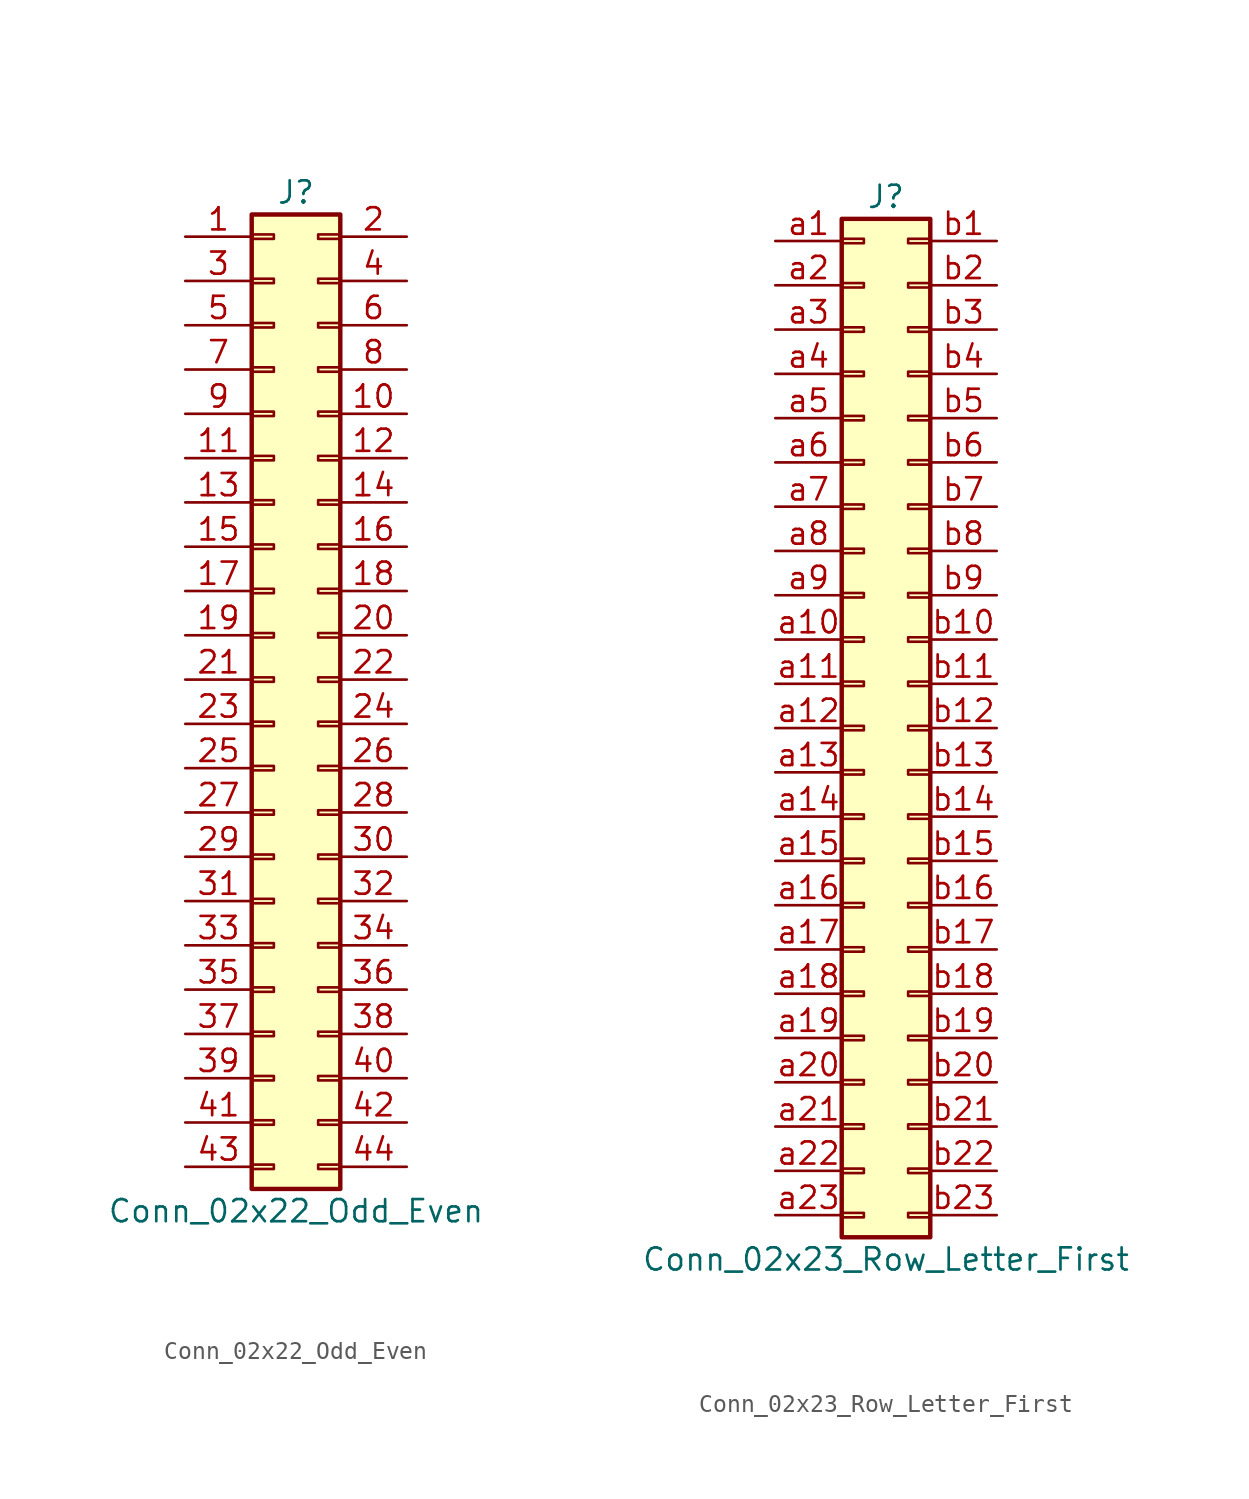
<source format=kicad_sym>
(kicad_symbol_lib
  (version 20201005)
  (generator kicad_symbol_editor)
  (symbol "Connector_Generic:Conn_02x22_Odd_Even"
    (pin_names
      (offset 1.016) hide)
    (property "Reference" "J"
      (at 1.27 27.94 0)
      (effects (font (size 1.27 1.27))))
    (property "Value" "Conn_02x22_Odd_Even"
      (at 1.27 -30.48 0)
      (effects (font (size 1.27 1.27))))
    (symbol "Conn_02x22_Odd_Even_1_1"
      (rectangle (start -1.27 -27.813) (end 0 -28.067) (stroke (width 0.152)) (fill (type none)))
      (rectangle (start -1.27 -4.953) (end 0 -5.207) (stroke (width 0.152)) (fill (type none)))
      (rectangle (start -1.27 -7.493) (end 0 -7.747) (stroke (width 0.152)) (fill (type none)))
      (rectangle (start -1.27 -10.033) (end 0 -10.287) (stroke (width 0.152)) (fill (type none)))
      (rectangle (start -1.27 -12.573) (end 0 -12.827) (stroke (width 0.152)) (fill (type none)))
      (rectangle (start -1.27 -15.113) (end 0 -15.367) (stroke (width 0.152)) (fill (type none)))
      (rectangle (start -1.27 -17.653) (end 0 -17.907) (stroke (width 0.152)) (fill (type none)))
      (rectangle (start -1.27 -20.193) (end 0 -20.447) (stroke (width 0.152)) (fill (type none)))
      (rectangle (start -1.27 -22.733) (end 0 -22.987) (stroke (width 0.152)) (fill (type none)))
      (rectangle (start -1.27 -2.413) (end 0 -2.667) (stroke (width 0.152)) (fill (type none)))
      (rectangle (start -1.27 -25.273) (end 0 -25.527) (stroke (width 0.152)) (fill (type none)))
      (rectangle (start -1.27 25.527) (end 0 25.273) (stroke (width 0.152)) (fill (type none)))
      (rectangle (start -1.27 2.667) (end 0 2.413) (stroke (width 0.152)) (fill (type none)))
      (rectangle (start -1.27 26.67) (end 3.81 -29.21) (stroke (width 0.254)) (fill (type background)))
      (rectangle (start -1.27 5.207) (end 0 4.953) (stroke (width 0.152)) (fill (type none)))
      (rectangle (start -1.27 7.747) (end 0 7.493) (stroke (width 0.152)) (fill (type none)))
      (rectangle (start -1.27 10.287) (end 0 10.033) (stroke (width 0.152)) (fill (type none)))
      (rectangle (start -1.27 0.127) (end 0 -0.127) (stroke (width 0.152)) (fill (type none)))
      (rectangle (start -1.27 12.827) (end 0 12.573) (stroke (width 0.152)) (fill (type none)))
      (rectangle (start -1.27 15.367) (end 0 15.113) (stroke (width 0.152)) (fill (type none)))
      (rectangle (start -1.27 17.907) (end 0 17.653) (stroke (width 0.152)) (fill (type none)))
      (rectangle (start -1.27 20.447) (end 0 20.193) (stroke (width 0.152)) (fill (type none)))
      (rectangle (start -1.27 22.987) (end 0 22.733) (stroke (width 0.152)) (fill (type none)))
      (rectangle (start 3.81 -27.813) (end 2.54 -28.067) (stroke (width 0.152)) (fill (type none)))
      (rectangle (start 3.81 -4.953) (end 2.54 -5.207) (stroke (width 0.152)) (fill (type none)))
      (rectangle (start 3.81 -7.493) (end 2.54 -7.747) (stroke (width 0.152)) (fill (type none)))
      (rectangle (start 3.81 -10.033) (end 2.54 -10.287) (stroke (width 0.152)) (fill (type none)))
      (rectangle (start 3.81 -12.573) (end 2.54 -12.827) (stroke (width 0.152)) (fill (type none)))
      (rectangle (start 3.81 -15.113) (end 2.54 -15.367) (stroke (width 0.152)) (fill (type none)))
      (rectangle (start 3.81 -17.653) (end 2.54 -17.907) (stroke (width 0.152)) (fill (type none)))
      (rectangle (start 3.81 -20.193) (end 2.54 -20.447) (stroke (width 0.152)) (fill (type none)))
      (rectangle (start 3.81 -22.733) (end 2.54 -22.987) (stroke (width 0.152)) (fill (type none)))
      (rectangle (start 3.81 -2.413) (end 2.54 -2.667) (stroke (width 0.152)) (fill (type none)))
      (rectangle (start 3.81 -25.273) (end 2.54 -25.527) (stroke (width 0.152)) (fill (type none)))
      (rectangle (start 3.81 25.527) (end 2.54 25.273) (stroke (width 0.152)) (fill (type none)))
      (rectangle (start 3.81 2.667) (end 2.54 2.413) (stroke (width 0.152)) (fill (type none)))
      (rectangle (start 3.81 5.207) (end 2.54 4.953) (stroke (width 0.152)) (fill (type none)))
      (rectangle (start 3.81 7.747) (end 2.54 7.493) (stroke (width 0.152)) (fill (type none)))
      (rectangle (start 3.81 10.287) (end 2.54 10.033) (stroke (width 0.152)) (fill (type none)))
      (rectangle (start 3.81 0.127) (end 2.54 -0.127) (stroke (width 0.152)) (fill (type none)))
      (rectangle (start 3.81 12.827) (end 2.54 12.573) (stroke (width 0.152)) (fill (type none)))
      (rectangle (start 3.81 15.367) (end 2.54 15.113) (stroke (width 0.152)) (fill (type none)))
      (rectangle (start 3.81 17.907) (end 2.54 17.653) (stroke (width 0.152)) (fill (type none)))
      (rectangle (start 3.81 20.447) (end 2.54 20.193) (stroke (width 0.152)) (fill (type none)))
      (rectangle (start 3.81 22.987) (end 2.54 22.733) (stroke (width 0.152)) (fill (type none)))
      (pin passive line (at -5.08 25.4 0) (length 3.81) (name "Pin_1" (effects (font (size 1.27 1.27)))) (number "1" (effects (font (size 1.27 1.27)))))
      (pin passive line (at 7.62 15.24 180) (length 3.81) (name "Pin_10" (effects (font (size 1.27 1.27)))) (number "10" (effects (font (size 1.27 1.27)))))
      (pin passive line (at -5.08 12.7 0) (length 3.81) (name "Pin_11" (effects (font (size 1.27 1.27)))) (number "11" (effects (font (size 1.27 1.27)))))
      (pin passive line (at 7.62 12.7 180) (length 3.81) (name "Pin_12" (effects (font (size 1.27 1.27)))) (number "12" (effects (font (size 1.27 1.27)))))
      (pin passive line (at -5.08 10.16 0) (length 3.81) (name "Pin_13" (effects (font (size 1.27 1.27)))) (number "13" (effects (font (size 1.27 1.27)))))
      (pin passive line (at 7.62 10.16 180) (length 3.81) (name "Pin_14" (effects (font (size 1.27 1.27)))) (number "14" (effects (font (size 1.27 1.27)))))
      (pin passive line (at -5.08 7.62 0) (length 3.81) (name "Pin_15" (effects (font (size 1.27 1.27)))) (number "15" (effects (font (size 1.27 1.27)))))
      (pin passive line (at 7.62 7.62 180) (length 3.81) (name "Pin_16" (effects (font (size 1.27 1.27)))) (number "16" (effects (font (size 1.27 1.27)))))
      (pin passive line (at -5.08 5.08 0) (length 3.81) (name "Pin_17" (effects (font (size 1.27 1.27)))) (number "17" (effects (font (size 1.27 1.27)))))
      (pin passive line (at 7.62 5.08 180) (length 3.81) (name "Pin_18" (effects (font (size 1.27 1.27)))) (number "18" (effects (font (size 1.27 1.27)))))
      (pin passive line (at -5.08 2.54 0) (length 3.81) (name "Pin_19" (effects (font (size 1.27 1.27)))) (number "19" (effects (font (size 1.27 1.27)))))
      (pin passive line (at 7.62 25.4 180) (length 3.81) (name "Pin_2" (effects (font (size 1.27 1.27)))) (number "2" (effects (font (size 1.27 1.27)))))
      (pin passive line (at 7.62 2.54 180) (length 3.81) (name "Pin_20" (effects (font (size 1.27 1.27)))) (number "20" (effects (font (size 1.27 1.27)))))
      (pin passive line (at -5.08 0 0) (length 3.81) (name "Pin_21" (effects (font (size 1.27 1.27)))) (number "21" (effects (font (size 1.27 1.27)))))
      (pin passive line (at 7.62 0 180) (length 3.81) (name "Pin_22" (effects (font (size 1.27 1.27)))) (number "22" (effects (font (size 1.27 1.27)))))
      (pin passive line (at -5.08 -2.54 0) (length 3.81) (name "Pin_23" (effects (font (size 1.27 1.27)))) (number "23" (effects (font (size 1.27 1.27)))))
      (pin passive line (at 7.62 -2.54 180) (length 3.81) (name "Pin_24" (effects (font (size 1.27 1.27)))) (number "24" (effects (font (size 1.27 1.27)))))
      (pin passive line (at -5.08 -5.08 0) (length 3.81) (name "Pin_25" (effects (font (size 1.27 1.27)))) (number "25" (effects (font (size 1.27 1.27)))))
      (pin passive line (at 7.62 -5.08 180) (length 3.81) (name "Pin_26" (effects (font (size 1.27 1.27)))) (number "26" (effects (font (size 1.27 1.27)))))
      (pin passive line (at -5.08 -7.62 0) (length 3.81) (name "Pin_27" (effects (font (size 1.27 1.27)))) (number "27" (effects (font (size 1.27 1.27)))))
      (pin passive line (at 7.62 -7.62 180) (length 3.81) (name "Pin_28" (effects (font (size 1.27 1.27)))) (number "28" (effects (font (size 1.27 1.27)))))
      (pin passive line (at -5.08 -10.16 0) (length 3.81) (name "Pin_29" (effects (font (size 1.27 1.27)))) (number "29" (effects (font (size 1.27 1.27)))))
      (pin passive line (at -5.08 22.86 0) (length 3.81) (name "Pin_3" (effects (font (size 1.27 1.27)))) (number "3" (effects (font (size 1.27 1.27)))))
      (pin passive line (at 7.62 -10.16 180) (length 3.81) (name "Pin_30" (effects (font (size 1.27 1.27)))) (number "30" (effects (font (size 1.27 1.27)))))
      (pin passive line (at -5.08 -12.7 0) (length 3.81) (name "Pin_31" (effects (font (size 1.27 1.27)))) (number "31" (effects (font (size 1.27 1.27)))))
      (pin passive line (at 7.62 -12.7 180) (length 3.81) (name "Pin_32" (effects (font (size 1.27 1.27)))) (number "32" (effects (font (size 1.27 1.27)))))
      (pin passive line (at -5.08 -15.24 0) (length 3.81) (name "Pin_33" (effects (font (size 1.27 1.27)))) (number "33" (effects (font (size 1.27 1.27)))))
      (pin passive line (at 7.62 -15.24 180) (length 3.81) (name "Pin_34" (effects (font (size 1.27 1.27)))) (number "34" (effects (font (size 1.27 1.27)))))
      (pin passive line (at -5.08 -17.78 0) (length 3.81) (name "Pin_35" (effects (font (size 1.27 1.27)))) (number "35" (effects (font (size 1.27 1.27)))))
      (pin passive line (at 7.62 -17.78 180) (length 3.81) (name "Pin_36" (effects (font (size 1.27 1.27)))) (number "36" (effects (font (size 1.27 1.27)))))
      (pin passive line (at -5.08 -20.32 0) (length 3.81) (name "Pin_37" (effects (font (size 1.27 1.27)))) (number "37" (effects (font (size 1.27 1.27)))))
      (pin passive line (at 7.62 -20.32 180) (length 3.81) (name "Pin_38" (effects (font (size 1.27 1.27)))) (number "38" (effects (font (size 1.27 1.27)))))
      (pin passive line (at -5.08 -22.86 0) (length 3.81) (name "Pin_39" (effects (font (size 1.27 1.27)))) (number "39" (effects (font (size 1.27 1.27)))))
      (pin passive line (at 7.62 22.86 180) (length 3.81) (name "Pin_4" (effects (font (size 1.27 1.27)))) (number "4" (effects (font (size 1.27 1.27)))))
      (pin passive line (at 7.62 -22.86 180) (length 3.81) (name "Pin_40" (effects (font (size 1.27 1.27)))) (number "40" (effects (font (size 1.27 1.27)))))
      (pin passive line (at -5.08 -25.4 0) (length 3.81) (name "Pin_41" (effects (font (size 1.27 1.27)))) (number "41" (effects (font (size 1.27 1.27)))))
      (pin passive line (at 7.62 -25.4 180) (length 3.81) (name "Pin_42" (effects (font (size 1.27 1.27)))) (number "42" (effects (font (size 1.27 1.27)))))
      (pin passive line (at -5.08 -27.94 0) (length 3.81) (name "Pin_43" (effects (font (size 1.27 1.27)))) (number "43" (effects (font (size 1.27 1.27)))))
      (pin passive line (at 7.62 -27.94 180) (length 3.81) (name "Pin_44" (effects (font (size 1.27 1.27)))) (number "44" (effects (font (size 1.27 1.27)))))
      (pin passive line (at -5.08 20.32 0) (length 3.81) (name "Pin_5" (effects (font (size 1.27 1.27)))) (number "5" (effects (font (size 1.27 1.27)))))
      (pin passive line (at 7.62 20.32 180) (length 3.81) (name "Pin_6" (effects (font (size 1.27 1.27)))) (number "6" (effects (font (size 1.27 1.27)))))
      (pin passive line (at -5.08 17.78 0) (length 3.81) (name "Pin_7" (effects (font (size 1.27 1.27)))) (number "7" (effects (font (size 1.27 1.27)))))
      (pin passive line (at 7.62 17.78 180) (length 3.81) (name "Pin_8" (effects (font (size 1.27 1.27)))) (number "8" (effects (font (size 1.27 1.27)))))
      (pin passive line (at -5.08 15.24 0) (length 3.81) (name "Pin_9" (effects (font (size 1.27 1.27)))) (number "9" (effects (font (size 1.27 1.27)))))))
  (symbol "Connector_Generic:Conn_02x23_Row_Letter_First"
    (pin_names
      (offset 1.016) hide)
    (property "Reference" "J"
      (at 1.27 30.48 0)
      (effects (font (size 1.27 1.27))))
    (property "Value" "Conn_02x23_Row_Letter_First"
      (at 1.27 -30.48 0)
      (effects (font (size 1.27 1.27))))
    (symbol "Conn_02x23_Row_Letter_First_1_1"
      (rectangle (start -1.27 -27.813) (end 0 -28.067) (stroke (width 0.152)) (fill (type none)))
      (rectangle (start -1.27 -4.953) (end 0 -5.207) (stroke (width 0.152)) (fill (type none)))
      (rectangle (start -1.27 -7.493) (end 0 -7.747) (stroke (width 0.152)) (fill (type none)))
      (rectangle (start -1.27 -10.033) (end 0 -10.287) (stroke (width 0.152)) (fill (type none)))
      (rectangle (start -1.27 -12.573) (end 0 -12.827) (stroke (width 0.152)) (fill (type none)))
      (rectangle (start -1.27 -15.113) (end 0 -15.367) (stroke (width 0.152)) (fill (type none)))
      (rectangle (start -1.27 -17.653) (end 0 -17.907) (stroke (width 0.152)) (fill (type none)))
      (rectangle (start -1.27 -20.193) (end 0 -20.447) (stroke (width 0.152)) (fill (type none)))
      (rectangle (start -1.27 -22.733) (end 0 -22.987) (stroke (width 0.152)) (fill (type none)))
      (rectangle (start -1.27 -2.413) (end 0 -2.667) (stroke (width 0.152)) (fill (type none)))
      (rectangle (start -1.27 -25.273) (end 0 -25.527) (stroke (width 0.152)) (fill (type none)))
      (rectangle (start -1.27 25.527) (end 0 25.273) (stroke (width 0.152)) (fill (type none)))
      (rectangle (start -1.27 2.667) (end 0 2.413) (stroke (width 0.152)) (fill (type none)))
      (rectangle (start -1.27 28.067) (end 0 27.813) (stroke (width 0.152)) (fill (type none)))
      (rectangle (start -1.27 29.21) (end 3.81 -29.21) (stroke (width 0.254)) (fill (type background)))
      (rectangle (start -1.27 5.207) (end 0 4.953) (stroke (width 0.152)) (fill (type none)))
      (rectangle (start -1.27 7.747) (end 0 7.493) (stroke (width 0.152)) (fill (type none)))
      (rectangle (start -1.27 10.287) (end 0 10.033) (stroke (width 0.152)) (fill (type none)))
      (rectangle (start -1.27 0.127) (end 0 -0.127) (stroke (width 0.152)) (fill (type none)))
      (rectangle (start -1.27 12.827) (end 0 12.573) (stroke (width 0.152)) (fill (type none)))
      (rectangle (start -1.27 15.367) (end 0 15.113) (stroke (width 0.152)) (fill (type none)))
      (rectangle (start -1.27 17.907) (end 0 17.653) (stroke (width 0.152)) (fill (type none)))
      (rectangle (start -1.27 20.447) (end 0 20.193) (stroke (width 0.152)) (fill (type none)))
      (rectangle (start -1.27 22.987) (end 0 22.733) (stroke (width 0.152)) (fill (type none)))
      (rectangle (start 3.81 -27.813) (end 2.54 -28.067) (stroke (width 0.152)) (fill (type none)))
      (rectangle (start 3.81 -4.953) (end 2.54 -5.207) (stroke (width 0.152)) (fill (type none)))
      (rectangle (start 3.81 -7.493) (end 2.54 -7.747) (stroke (width 0.152)) (fill (type none)))
      (rectangle (start 3.81 -10.033) (end 2.54 -10.287) (stroke (width 0.152)) (fill (type none)))
      (rectangle (start 3.81 -12.573) (end 2.54 -12.827) (stroke (width 0.152)) (fill (type none)))
      (rectangle (start 3.81 -15.113) (end 2.54 -15.367) (stroke (width 0.152)) (fill (type none)))
      (rectangle (start 3.81 -17.653) (end 2.54 -17.907) (stroke (width 0.152)) (fill (type none)))
      (rectangle (start 3.81 -20.193) (end 2.54 -20.447) (stroke (width 0.152)) (fill (type none)))
      (rectangle (start 3.81 -22.733) (end 2.54 -22.987) (stroke (width 0.152)) (fill (type none)))
      (rectangle (start 3.81 -2.413) (end 2.54 -2.667) (stroke (width 0.152)) (fill (type none)))
      (rectangle (start 3.81 -25.273) (end 2.54 -25.527) (stroke (width 0.152)) (fill (type none)))
      (rectangle (start 3.81 25.527) (end 2.54 25.273) (stroke (width 0.152)) (fill (type none)))
      (rectangle (start 3.81 2.667) (end 2.54 2.413) (stroke (width 0.152)) (fill (type none)))
      (rectangle (start 3.81 28.067) (end 2.54 27.813) (stroke (width 0.152)) (fill (type none)))
      (rectangle (start 3.81 5.207) (end 2.54 4.953) (stroke (width 0.152)) (fill (type none)))
      (rectangle (start 3.81 7.747) (end 2.54 7.493) (stroke (width 0.152)) (fill (type none)))
      (rectangle (start 3.81 10.287) (end 2.54 10.033) (stroke (width 0.152)) (fill (type none)))
      (rectangle (start 3.81 0.127) (end 2.54 -0.127) (stroke (width 0.152)) (fill (type none)))
      (rectangle (start 3.81 12.827) (end 2.54 12.573) (stroke (width 0.152)) (fill (type none)))
      (rectangle (start 3.81 15.367) (end 2.54 15.113) (stroke (width 0.152)) (fill (type none)))
      (rectangle (start 3.81 17.907) (end 2.54 17.653) (stroke (width 0.152)) (fill (type none)))
      (rectangle (start 3.81 20.447) (end 2.54 20.193) (stroke (width 0.152)) (fill (type none)))
      (rectangle (start 3.81 22.987) (end 2.54 22.733) (stroke (width 0.152)) (fill (type none)))
      (pin passive line (at -5.08 27.94 0) (length 3.81) (name "Pin_a1" (effects (font (size 1.27 1.27)))) (number "a1" (effects (font (size 1.27 1.27)))))
      (pin passive line (at -5.08 5.08 0) (length 3.81) (name "Pin_a10" (effects (font (size 1.27 1.27)))) (number "a10" (effects (font (size 1.27 1.27)))))
      (pin passive line (at -5.08 2.54 0) (length 3.81) (name "Pin_a11" (effects (font (size 1.27 1.27)))) (number "a11" (effects (font (size 1.27 1.27)))))
      (pin passive line (at -5.08 0 0) (length 3.81) (name "Pin_a12" (effects (font (size 1.27 1.27)))) (number "a12" (effects (font (size 1.27 1.27)))))
      (pin passive line (at -5.08 -2.54 0) (length 3.81) (name "Pin_a13" (effects (font (size 1.27 1.27)))) (number "a13" (effects (font (size 1.27 1.27)))))
      (pin passive line (at -5.08 -5.08 0) (length 3.81) (name "Pin_a14" (effects (font (size 1.27 1.27)))) (number "a14" (effects (font (size 1.27 1.27)))))
      (pin passive line (at -5.08 -7.62 0) (length 3.81) (name "Pin_a15" (effects (font (size 1.27 1.27)))) (number "a15" (effects (font (size 1.27 1.27)))))
      (pin passive line (at -5.08 -10.16 0) (length 3.81) (name "Pin_a16" (effects (font (size 1.27 1.27)))) (number "a16" (effects (font (size 1.27 1.27)))))
      (pin passive line (at -5.08 -12.7 0) (length 3.81) (name "Pin_a17" (effects (font (size 1.27 1.27)))) (number "a17" (effects (font (size 1.27 1.27)))))
      (pin passive line (at -5.08 -15.24 0) (length 3.81) (name "Pin_a18" (effects (font (size 1.27 1.27)))) (number "a18" (effects (font (size 1.27 1.27)))))
      (pin passive line (at -5.08 -17.78 0) (length 3.81) (name "Pin_a19" (effects (font (size 1.27 1.27)))) (number "a19" (effects (font (size 1.27 1.27)))))
      (pin passive line (at -5.08 25.4 0) (length 3.81) (name "Pin_a2" (effects (font (size 1.27 1.27)))) (number "a2" (effects (font (size 1.27 1.27)))))
      (pin passive line (at -5.08 -20.32 0) (length 3.81) (name "Pin_a20" (effects (font (size 1.27 1.27)))) (number "a20" (effects (font (size 1.27 1.27)))))
      (pin passive line (at -5.08 -22.86 0) (length 3.81) (name "Pin_a21" (effects (font (size 1.27 1.27)))) (number "a21" (effects (font (size 1.27 1.27)))))
      (pin passive line (at -5.08 -25.4 0) (length 3.81) (name "Pin_a22" (effects (font (size 1.27 1.27)))) (number "a22" (effects (font (size 1.27 1.27)))))
      (pin passive line (at -5.08 -27.94 0) (length 3.81) (name "Pin_a23" (effects (font (size 1.27 1.27)))) (number "a23" (effects (font (size 1.27 1.27)))))
      (pin passive line (at -5.08 22.86 0) (length 3.81) (name "Pin_a3" (effects (font (size 1.27 1.27)))) (number "a3" (effects (font (size 1.27 1.27)))))
      (pin passive line (at -5.08 20.32 0) (length 3.81) (name "Pin_a4" (effects (font (size 1.27 1.27)))) (number "a4" (effects (font (size 1.27 1.27)))))
      (pin passive line (at -5.08 17.78 0) (length 3.81) (name "Pin_a5" (effects (font (size 1.27 1.27)))) (number "a5" (effects (font (size 1.27 1.27)))))
      (pin passive line (at -5.08 15.24 0) (length 3.81) (name "Pin_a6" (effects (font (size 1.27 1.27)))) (number "a6" (effects (font (size 1.27 1.27)))))
      (pin passive line (at -5.08 12.7 0) (length 3.81) (name "Pin_a7" (effects (font (size 1.27 1.27)))) (number "a7" (effects (font (size 1.27 1.27)))))
      (pin passive line (at -5.08 10.16 0) (length 3.81) (name "Pin_a8" (effects (font (size 1.27 1.27)))) (number "a8" (effects (font (size 1.27 1.27)))))
      (pin passive line (at -5.08 7.62 0) (length 3.81) (name "Pin_a9" (effects (font (size 1.27 1.27)))) (number "a9" (effects (font (size 1.27 1.27)))))
      (pin passive line (at 7.62 27.94 180) (length 3.81) (name "Pin_b1" (effects (font (size 1.27 1.27)))) (number "b1" (effects (font (size 1.27 1.27)))))
      (pin passive line (at 7.62 5.08 180) (length 3.81) (name "Pin_b10" (effects (font (size 1.27 1.27)))) (number "b10" (effects (font (size 1.27 1.27)))))
      (pin passive line (at 7.62 2.54 180) (length 3.81) (name "Pin_b11" (effects (font (size 1.27 1.27)))) (number "b11" (effects (font (size 1.27 1.27)))))
      (pin passive line (at 7.62 0 180) (length 3.81) (name "Pin_b12" (effects (font (size 1.27 1.27)))) (number "b12" (effects (font (size 1.27 1.27)))))
      (pin passive line (at 7.62 -2.54 180) (length 3.81) (name "Pin_b13" (effects (font (size 1.27 1.27)))) (number "b13" (effects (font (size 1.27 1.27)))))
      (pin passive line (at 7.62 -5.08 180) (length 3.81) (name "Pin_b14" (effects (font (size 1.27 1.27)))) (number "b14" (effects (font (size 1.27 1.27)))))
      (pin passive line (at 7.62 -7.62 180) (length 3.81) (name "Pin_b15" (effects (font (size 1.27 1.27)))) (number "b15" (effects (font (size 1.27 1.27)))))
      (pin passive line (at 7.62 -10.16 180) (length 3.81) (name "Pin_b16" (effects (font (size 1.27 1.27)))) (number "b16" (effects (font (size 1.27 1.27)))))
      (pin passive line (at 7.62 -12.7 180) (length 3.81) (name "Pin_b17" (effects (font (size 1.27 1.27)))) (number "b17" (effects (font (size 1.27 1.27)))))
      (pin passive line (at 7.62 -15.24 180) (length 3.81) (name "Pin_b18" (effects (font (size 1.27 1.27)))) (number "b18" (effects (font (size 1.27 1.27)))))
      (pin passive line (at 7.62 -17.78 180) (length 3.81) (name "Pin_b19" (effects (font (size 1.27 1.27)))) (number "b19" (effects (font (size 1.27 1.27)))))
      (pin passive line (at 7.62 25.4 180) (length 3.81) (name "Pin_b2" (effects (font (size 1.27 1.27)))) (number "b2" (effects (font (size 1.27 1.27)))))
      (pin passive line (at 7.62 -20.32 180) (length 3.81) (name "Pin_b20" (effects (font (size 1.27 1.27)))) (number "b20" (effects (font (size 1.27 1.27)))))
      (pin passive line (at 7.62 -22.86 180) (length 3.81) (name "Pin_b21" (effects (font (size 1.27 1.27)))) (number "b21" (effects (font (size 1.27 1.27)))))
      (pin passive line (at 7.62 -25.4 180) (length 3.81) (name "Pin_b22" (effects (font (size 1.27 1.27)))) (number "b22" (effects (font (size 1.27 1.27)))))
      (pin passive line (at 7.62 -27.94 180) (length 3.81) (name "Pin_b23" (effects (font (size 1.27 1.27)))) (number "b23" (effects (font (size 1.27 1.27)))))
      (pin passive line (at 7.62 22.86 180) (length 3.81) (name "Pin_b3" (effects (font (size 1.27 1.27)))) (number "b3" (effects (font (size 1.27 1.27)))))
      (pin passive line (at 7.62 20.32 180) (length 3.81) (name "Pin_b4" (effects (font (size 1.27 1.27)))) (number "b4" (effects (font (size 1.27 1.27)))))
      (pin passive line (at 7.62 17.78 180) (length 3.81) (name "Pin_b5" (effects (font (size 1.27 1.27)))) (number "b5" (effects (font (size 1.27 1.27)))))
      (pin passive line (at 7.62 15.24 180) (length 3.81) (name "Pin_b6" (effects (font (size 1.27 1.27)))) (number "b6" (effects (font (size 1.27 1.27)))))
      (pin passive line (at 7.62 12.7 180) (length 3.81) (name "Pin_b7" (effects (font (size 1.27 1.27)))) (number "b7" (effects (font (size 1.27 1.27)))))
      (pin passive line (at 7.62 10.16 180) (length 3.81) (name "Pin_b8" (effects (font (size 1.27 1.27)))) (number "b8" (effects (font (size 1.27 1.27)))))
      (pin passive line (at 7.62 7.62 180) (length 3.81) (name "Pin_b9" (effects (font (size 1.27 1.27)))) (number "b9" (effects (font (size 1.27 1.27))))))))
</source>
